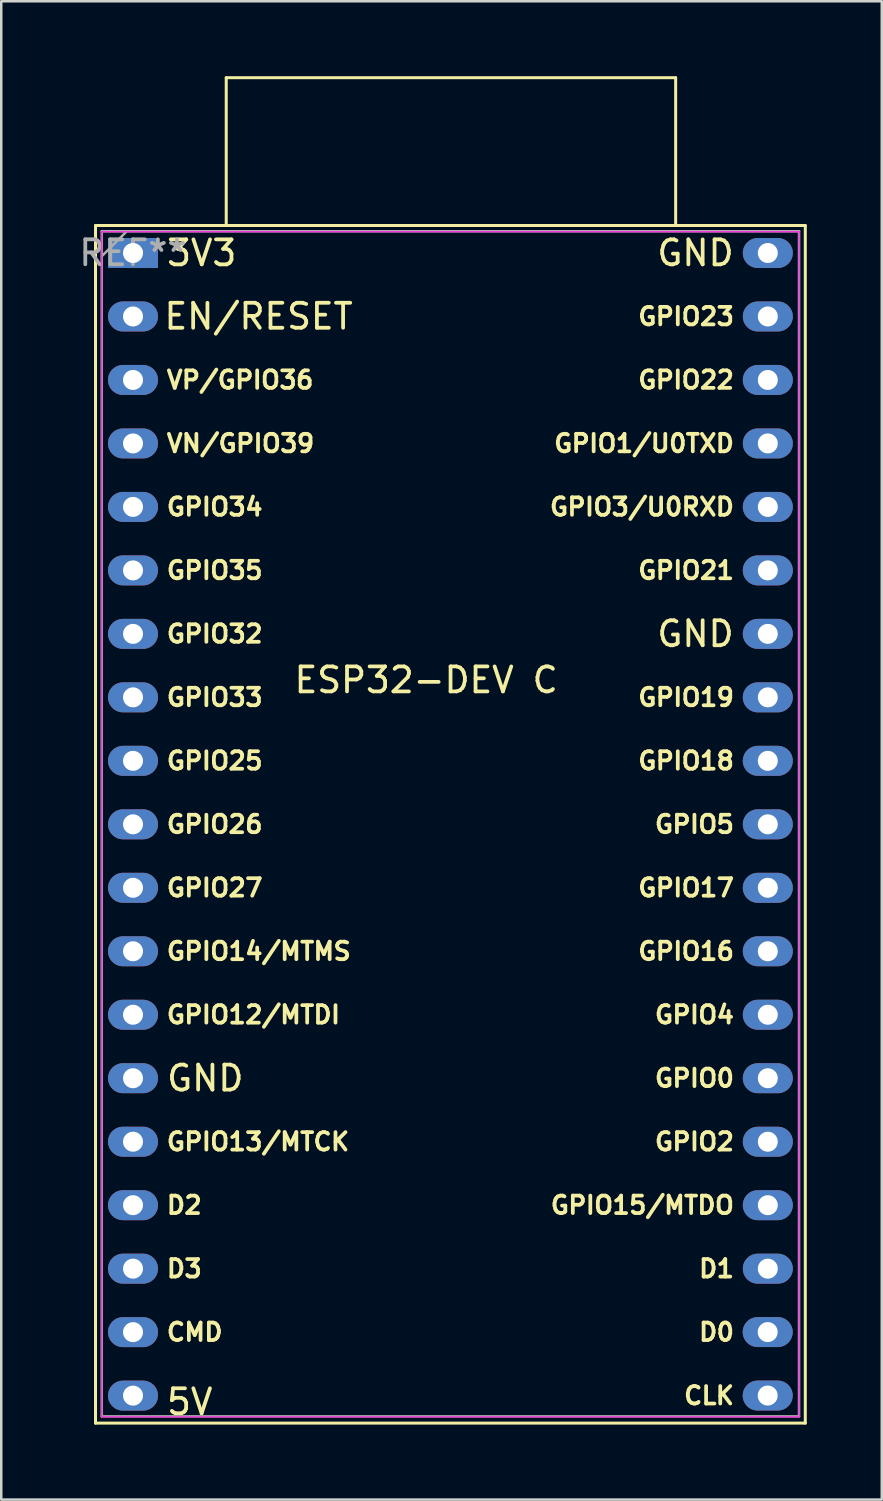
<source format=kicad_pcb>
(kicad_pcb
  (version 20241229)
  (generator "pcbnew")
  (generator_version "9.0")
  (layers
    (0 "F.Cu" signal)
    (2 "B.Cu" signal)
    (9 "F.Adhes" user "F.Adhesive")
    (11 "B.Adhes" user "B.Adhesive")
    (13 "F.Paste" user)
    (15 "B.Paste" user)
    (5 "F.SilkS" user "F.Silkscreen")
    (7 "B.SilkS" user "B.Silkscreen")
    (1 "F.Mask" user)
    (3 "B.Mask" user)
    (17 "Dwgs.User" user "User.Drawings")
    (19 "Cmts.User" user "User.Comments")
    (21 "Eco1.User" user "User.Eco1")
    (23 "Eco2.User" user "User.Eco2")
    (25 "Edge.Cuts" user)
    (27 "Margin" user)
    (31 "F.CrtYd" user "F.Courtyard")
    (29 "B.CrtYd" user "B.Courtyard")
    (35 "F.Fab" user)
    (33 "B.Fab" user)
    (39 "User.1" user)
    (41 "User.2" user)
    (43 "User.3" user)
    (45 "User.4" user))
  (footprint "ESP32-DEV C"
    (layer "F.Cu")
    (at 14.002 24.66)
    (property "Reference" "ESP32-DEV C" (at 0 -0.5 0) (unlocked yes) (layer "F.SilkS") (effects (font (size 1 1) (thickness 0.15))))
    (attr through_hole)
    (fp_line (start -13.23 29.233) (end 15.17 29.233) (stroke (width 0.12) (type solid)) (layer "F.SilkS"))
    (fp_line (start -13.23 -18.687) (end -13.23 29.233) (stroke (width 0.12) (type solid)) (layer "F.SilkS"))
    (fp_line (start -8 -24.6) (end 9.983 -24.6) (stroke (width 0.12) (type solid)) (layer "F.SilkS"))
    (fp_line (start -8 -18.707) (end -8 -24.6) (stroke (width 0.12) (type solid)) (layer "F.SilkS"))
    (fp_line (start 9.983 -24.6) (end 9.983 -18.707) (stroke (width 0.12) (type solid)) (layer "F.SilkS"))
    (fp_line (start 15.17 29.233) (end 15.17 -18.687) (stroke (width 0.12) (type solid)) (layer "F.SilkS"))
    (fp_line (start 15.17 -18.687) (end -13.23 -18.687) (stroke (width 0.12) (type solid)) (layer "F.SilkS"))
    (fp_line (start -12.98 -18.437) (end 14.92 -18.437) (stroke (width 0.05) (type solid)) (layer "F.CrtYd"))
    (fp_line (start -12.98 28.983) (end -12.98 -18.437) (stroke (width 0.05) (type solid)) (layer "F.CrtYd"))
    (fp_line (start 14.92 -18.437) (end 14.92 28.983) (stroke (width 0.05) (type solid)) (layer "F.CrtYd"))
    (fp_line (start 14.92 28.983) (end -12.98 28.983) (stroke (width 0.05) (type solid)) (layer "F.CrtYd"))
    (fp_line (start -12.98 -18.457) (end 14.92 -18.457) (stroke (width 0.1) (type solid)) (layer "F.Fab"))
    (fp_line (start -12.98 28.963) (end -12.98 -18.457) (stroke (width 0.1) (type solid)) (layer "F.Fab"))
    (fp_line (start -11.98 -18.457) (end -12.98 -17.457) (stroke (width 0.1) (type solid)) (layer "F.Fab"))
    (fp_line (start 14.92 -18.457) (end 14.92 28.963) (stroke (width 0.1) (type solid)) (layer "F.Fab"))
    (fp_line (start 14.92 28.963) (end -12.98 28.963) (stroke (width 0.1) (type solid)) (layer "F.Fab"))
    (fp_text user "GPIO15/MTDO" (at 12.4 20.513 0) (unlocked yes) (layer "F.SilkS") (effects (font (size 0.7 0.7) (thickness 0.15)) (justify right)))
    (fp_text user "GPIO17" (at 12.4 7.813 0) (unlocked yes) (layer "F.SilkS") (effects (font (size 0.7 0.7) (thickness 0.15)) (justify right)))
    (fp_text user "D0" (at 12.4 25.593 0) (unlocked yes) (layer "F.SilkS") (effects (font (size 0.7 0.7) (thickness 0.15)) (justify right)))
    (fp_text user "GPIO19" (at 12.4 0.193 0) (unlocked yes) (layer "F.SilkS") (effects (font (size 0.7 0.7) (thickness 0.15)) (justify right)))
    (fp_text user "GND" (at 12.4 -2.347 0) (unlocked yes) (layer "F.SilkS") (effects (font (size 1 1) (thickness 0.15)) (justify right)))
    (fp_text user "GND" (at 12.4 -17.587 0) (unlocked yes) (layer "F.SilkS") (effects (font (size 1 1) (thickness 0.15)) (justify right)))
    (fp_text user "GPIO35" (at -10.46 -4.887 0) (unlocked yes) (layer "F.SilkS") (effects (font (size 0.7 0.7) (thickness 0.15)) (justify left)))
    (fp_text user "GPIO12/MTDI" (at -10.46 12.893 0) (unlocked yes) (layer "F.SilkS") (effects (font (size 0.7 0.7) (thickness 0.15)) (justify left)))
    (fp_text user "GPIO34" (at -10.46 -7.427 0) (unlocked yes) (layer "F.SilkS") (effects (font (size 0.7 0.7) (thickness 0.15)) (justify left)))
    (fp_text user "GPIO13/MTCK" (at -10.46 17.973 0) (unlocked yes) (layer "F.SilkS") (effects (font (size 0.7 0.7) (thickness 0.15)) (justify left)))
    (fp_text user "VP/GPIO36" (at -10.46 -12.507 0) (unlocked yes) (layer "F.SilkS") (effects (font (size 0.7 0.7) (thickness 0.15)) (justify left)))
    (fp_text user "CMD" (at -10.46 25.593 0) (unlocked yes) (layer "F.SilkS") (effects (font (size 0.7 0.7) (thickness 0.15)) (justify left)))
    (fp_text user "GPIO22" (at 12.4 -12.507 0) (unlocked yes) (layer "F.SilkS") (effects (font (size 0.7 0.7) (thickness 0.15)) (justify right)))
    (fp_text user "GPIO23" (at 12.4 -15.047 0) (unlocked yes) (layer "F.SilkS") (effects (font (size 0.7 0.7) (thickness 0.15)) (justify right)))
    (fp_text user "3V3" (at -10.46 -17.587 0) (unlocked yes) (layer "F.SilkS") (effects (font (size 1 1) (thickness 0.15)) (justify left)))
    (fp_text user "D2" (at -10.46 20.513 0) (unlocked yes) (layer "F.SilkS") (effects (font (size 0.7 0.7) (thickness 0.15)) (justify left)))
    (fp_text user "GPIO33" (at -10.46 0.193 0) (unlocked yes) (layer "F.SilkS") (effects (font (size 0.7 0.7) (thickness 0.15)) (justify left)))
    (fp_text user "GPIO3/U0RXD" (at 12.4 -7.427 0) (unlocked yes) (layer "F.SilkS") (effects (font (size 0.7 0.7) (thickness 0.15)) (justify right)))
    (fp_text user "GPIO14/MTMS" (at -10.46 10.353 0) (unlocked yes) (layer "F.SilkS") (effects (font (size 0.7 0.7) (thickness 0.15)) (justify left)))
    (fp_text user "GPIO0" (at 12.4 15.433 0) (unlocked yes) (layer "F.SilkS") (effects (font (size 0.7 0.7) (thickness 0.15)) (justify right)))
    (fp_text user "GND" (at -10.46 15.433 0) (unlocked yes) (layer "F.SilkS") (effects (font (size 1 1) (thickness 0.15)) (justify left)))
    (fp_text user "VN/GPIO39" (at -10.46 -9.967 0) (unlocked yes) (layer "F.SilkS") (effects (font (size 0.7 0.7) (thickness 0.15)) (justify left)))
    (fp_text user "5V" (at -10.464 28.384 0) (unlocked yes) (layer "F.SilkS") (effects (font (size 1 1) (thickness 0.15)) (justify left)))
    (fp_text user "CLK" (at 12.4 28.133 0) (unlocked yes) (layer "F.SilkS") (effects (font (size 0.7 0.7) (thickness 0.15)) (justify right)))
    (fp_text user "GPIO5" (at 12.4 5.273 0) (unlocked yes) (layer "F.SilkS") (effects (font (size 0.7 0.7) (thickness 0.15)) (justify right)))
    (fp_text user "GPIO21" (at 12.4 -4.887 0) (unlocked yes) (layer "F.SilkS") (effects (font (size 0.7 0.7) (thickness 0.15)) (justify right)))
    (fp_text user "GPIO32" (at -10.46 -2.347 0) (unlocked yes) (layer "F.SilkS") (effects (font (size 0.7 0.7) (thickness 0.15)) (justify left)))
    (fp_text user "GPIO26" (at -10.46 5.273 0) (unlocked yes) (layer "F.SilkS") (effects (font (size 0.7 0.7) (thickness 0.15)) (justify left)))
    (fp_text user "GPIO1/U0TXD" (at 12.4 -9.967 0) (unlocked yes) (layer "F.SilkS") (effects (font (size 0.7 0.7) (thickness 0.15)) (justify right)))
    (fp_text user "GPIO25" (at -10.46 2.733 0) (unlocked yes) (layer "F.SilkS") (effects (font (size 0.7 0.7) (thickness 0.15)) (justify left)))
    (fp_text user "GPIO27" (at -10.46 7.813 0) (unlocked yes) (layer "F.SilkS") (effects (font (size 0.7 0.7) (thickness 0.15)) (justify left)))
    (fp_text user "GPIO2" (at 12.4 17.973 0) (unlocked yes) (layer "F.SilkS") (effects (font (size 0.7 0.7) (thickness 0.15)) (justify right)))
    (fp_text user "GPIO4" (at 12.4 12.893 0) (unlocked yes) (layer "F.SilkS") (effects (font (size 0.7 0.7) (thickness 0.15)) (justify right)))
    (fp_text user "D3" (at -10.46 23.053 0) (unlocked yes) (layer "F.SilkS") (effects (font (size 0.7 0.7) (thickness 0.15)) (justify left)))
    (fp_text user "D1" (at 12.4 23.053 0) (unlocked yes) (layer "F.SilkS") (effects (font (size 0.7 0.7) (thickness 0.15)) (justify right)))
    (fp_text user "EN/RESET" (at -2.844 -15.05 0) (unlocked yes) (layer "F.SilkS") (effects (font (size 1 1) (thickness 0.15)) (justify right)))
    (fp_text user "GPIO16" (at 12.4 10.353 0) (unlocked yes) (layer "F.SilkS") (effects (font (size 0.7 0.7) (thickness 0.15)) (justify right)))
    (fp_text user "GPIO18" (at 12.4 2.733 0) (unlocked yes) (layer "F.SilkS") (effects (font (size 0.7 0.7) (thickness 0.15)) (justify right)))
    (fp_text user "REF**" (at -11.734 -17.59 0) (layer "F.Fab") (effects (font (size 1 1) (thickness 0.15))))
    (pad "1" thru_hole rect (at -11.73 -17.587 270) (size 1.2 2) (drill 0.8) (layers "*.Cu" "*.Mask"))
    (pad "2" thru_hole oval (at -11.73 -15.047 270) (size 1.2 2) (drill 0.8) (layers "*.Cu" "*.Mask"))
    (pad "3" thru_hole oval (at -11.73 -12.507 270) (size 1.2 2) (drill 0.8) (layers "*.Cu" "*.Mask"))
    (pad "4" thru_hole oval (at -11.73 -9.967 270) (size 1.2 2) (drill 0.8) (layers "*.Cu" "*.Mask"))
    (pad "5" thru_hole oval (at -11.73 -7.427 270) (size 1.2 2) (drill 0.8) (layers "*.Cu" "*.Mask"))
    (pad "6" thru_hole oval (at -11.73 -4.887 270) (size 1.2 2) (drill 0.8) (layers "*.Cu" "*.Mask"))
    (pad "7" thru_hole oval (at -11.73 -2.347 270) (size 1.2 2) (drill 0.8) (layers "*.Cu" "*.Mask"))
    (pad "8" thru_hole oval (at -11.73 0.193 270) (size 1.2 2) (drill 0.8) (layers "*.Cu" "*.Mask"))
    (pad "9" thru_hole oval (at -11.73 2.733 270) (size 1.2 2) (drill 0.8) (layers "*.Cu" "*.Mask"))
    (pad "10" thru_hole oval (at -11.73 5.273 270) (size 1.2 2) (drill 0.8) (layers "*.Cu" "*.Mask"))
    (pad "11" thru_hole oval (at -11.73 7.813 270) (size 1.2 2) (drill 0.8) (layers "*.Cu" "*.Mask"))
    (pad "12" thru_hole oval (at -11.73 10.353 270) (size 1.2 2) (drill 0.8) (layers "*.Cu" "*.Mask"))
    (pad "13" thru_hole oval (at -11.73 12.893 270) (size 1.2 2) (drill 0.8) (layers "*.Cu" "*.Mask"))
    (pad "14" thru_hole oval (at -11.73 15.433 270) (size 1.2 2) (drill 0.8) (layers "*.Cu" "*.Mask"))
    (pad "15" thru_hole oval (at -11.73 17.973 270) (size 1.2 2) (drill 0.8) (layers "*.Cu" "*.Mask"))
    (pad "16" thru_hole oval (at -11.73 20.513 270) (size 1.2 2) (drill 0.8) (layers "*.Cu" "*.Mask"))
    (pad "17" thru_hole oval (at -11.73 23.053 270) (size 1.2 2) (drill 0.8) (layers "*.Cu" "*.Mask"))
    (pad "18" thru_hole oval (at -11.73 25.593 270) (size 1.2 2) (drill 0.8) (layers "*.Cu" "*.Mask"))
    (pad "19" thru_hole oval (at -11.73 28.133 270) (size 1.2 2) (drill 0.8) (layers "*.Cu" "*.Mask"))
    (pad "20" thru_hole oval (at 13.666 28.13 270) (size 1.2 2) (drill 0.8) (layers "*.Cu" "*.Mask"))
    (pad "21" thru_hole oval (at 13.666 25.59 270) (size 1.2 2) (drill 0.8) (layers "*.Cu" "*.Mask"))
    (pad "22" thru_hole oval (at 13.67 23.053 270) (size 1.2 2) (drill 0.8) (layers "*.Cu" "*.Mask"))
    (pad "23" thru_hole oval (at 13.67 20.513 270) (size 1.2 2) (drill 0.8) (layers "*.Cu" "*.Mask"))
    (pad "24" thru_hole oval (at 13.67 17.973 270) (size 1.2 2) (drill 0.8) (layers "*.Cu" "*.Mask"))
    (pad "25" thru_hole oval (at 13.67 15.433 270) (size 1.2 2) (drill 0.8) (layers "*.Cu" "*.Mask"))
    (pad "26" thru_hole oval (at 13.67 12.893 270) (size 1.2 2) (drill 0.8) (layers "*.Cu" "*.Mask"))
    (pad "27" thru_hole oval (at 13.67 10.353 270) (size 1.2 2) (drill 0.8) (layers "*.Cu" "*.Mask"))
    (pad "28" thru_hole oval (at 13.67 7.813 270) (size 1.2 2) (drill 0.8) (layers "*.Cu" "*.Mask"))
    (pad "29" thru_hole oval (at 13.67 5.273 270) (size 1.2 2) (drill 0.8) (layers "*.Cu" "*.Mask"))
    (pad "30" thru_hole oval (at 13.67 2.733 270) (size 1.2 2) (drill 0.8) (layers "*.Cu" "*.Mask"))
    (pad "31" thru_hole oval (at 13.67 0.193 270) (size 1.2 2) (drill 0.8) (layers "*.Cu" "*.Mask"))
    (pad "32" thru_hole oval (at 13.67 -2.347 270) (size 1.2 2) (drill 0.8) (layers "*.Cu" "*.Mask"))
    (pad "33" thru_hole oval (at 13.67 -4.887 270) (size 1.2 2) (drill 0.8) (layers "*.Cu" "*.Mask"))
    (pad "34" thru_hole oval (at 13.67 -7.427 270) (size 1.2 2) (drill 0.8) (layers "*.Cu" "*.Mask"))
    (pad "35" thru_hole oval (at 13.67 -9.967 270) (size 1.2 2) (drill 0.8) (layers "*.Cu" "*.Mask"))
    (pad "36" thru_hole oval (at 13.67 -12.507 270) (size 1.2 2) (drill 0.8) (layers "*.Cu" "*.Mask"))
    (pad "37" thru_hole oval (at 13.67 -15.047 270) (size 1.2 2) (drill 0.8) (layers "*.Cu" "*.Mask"))
    (pad "38" thru_hole oval (at 13.67 -17.587 270) (size 1.2 2) (drill 0.8) (layers "*.Cu" "*.Mask")))
  (gr_rect
    (start -3 -3)
    (end 32.232 56.953)
    (stroke (width 0.1) (type default))
    (fill no)
    (layer "Edge.Cuts")))
</source>
